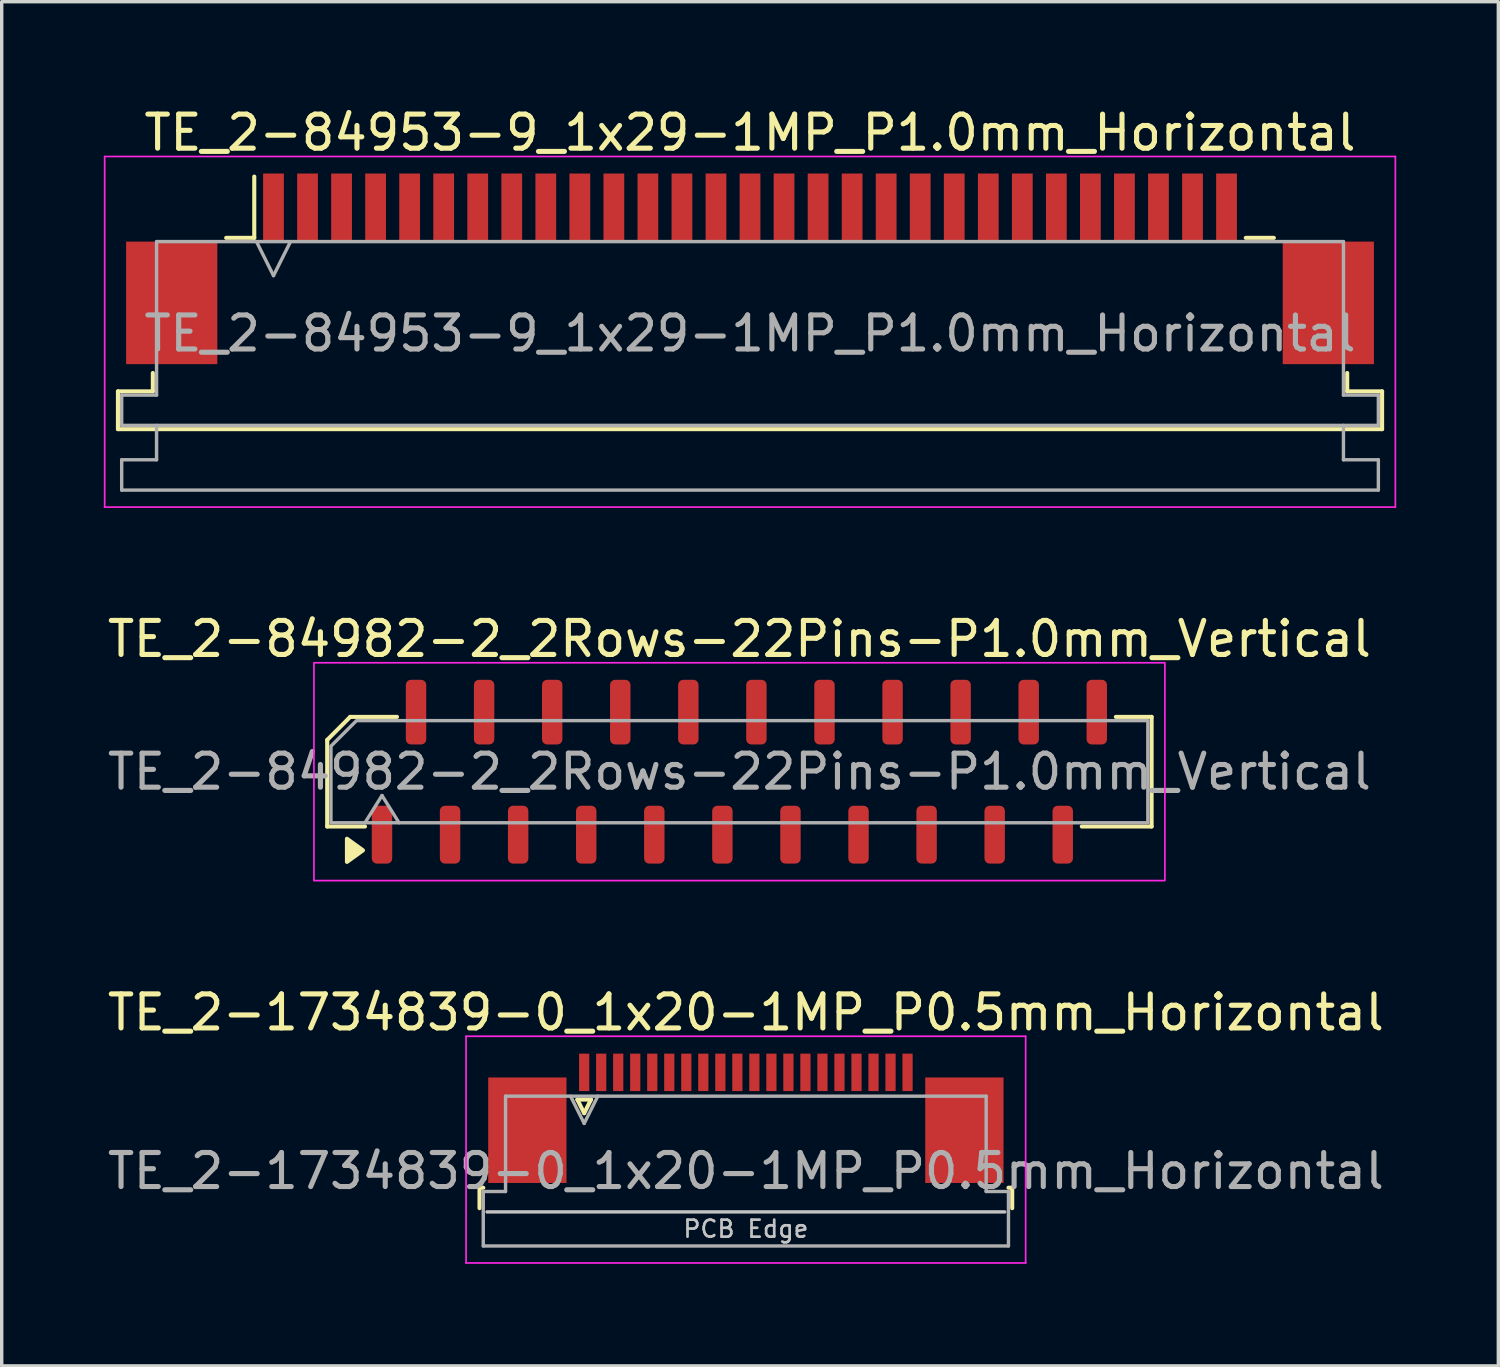
<source format=kicad_pcb>
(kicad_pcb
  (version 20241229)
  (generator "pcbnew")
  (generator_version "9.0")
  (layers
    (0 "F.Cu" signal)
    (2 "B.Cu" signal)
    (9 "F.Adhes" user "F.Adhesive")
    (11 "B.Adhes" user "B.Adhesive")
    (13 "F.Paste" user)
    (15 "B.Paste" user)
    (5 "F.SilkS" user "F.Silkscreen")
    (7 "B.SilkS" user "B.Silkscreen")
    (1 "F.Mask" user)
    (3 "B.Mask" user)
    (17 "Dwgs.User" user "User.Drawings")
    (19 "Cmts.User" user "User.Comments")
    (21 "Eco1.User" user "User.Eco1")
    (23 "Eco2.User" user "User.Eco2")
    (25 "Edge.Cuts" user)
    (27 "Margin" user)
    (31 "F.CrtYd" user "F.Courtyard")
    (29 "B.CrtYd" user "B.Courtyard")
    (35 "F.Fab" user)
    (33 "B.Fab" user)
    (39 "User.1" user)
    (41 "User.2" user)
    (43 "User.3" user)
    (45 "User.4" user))
  (footprint "TE_2-1734839-0_1x20-1MP_P0.5mm_Horizontal"
    (layer "F.Cu")
    (at 18.863 29.805)
    (property "Reference" "TE_2-1734839-0_1x20-1MP_P0.5mm_Horizontal" (at 0 -3.11 0) (layer "F.SilkS") (effects (font (size 1 1) (thickness 0.15))))
    (attr smd)
    (fp_line (start -7.825 2.04) (end -7.825 2.64) (stroke (width 0.12) (type solid)) (layer "F.SilkS"))
    (fp_line (start -7.715 2.04) (end -7.825 2.04) (stroke (width 0.12) (type solid)) (layer "F.SilkS"))
    (fp_line (start -4.95 -0.55) (end -4.75 -0.15) (stroke (width 0.12) (type solid)) (layer "F.SilkS"))
    (fp_line (start -4.75 -0.15) (end -4.55 -0.55) (stroke (width 0.12) (type solid)) (layer "F.SilkS"))
    (fp_line (start -4.55 -0.55) (end -4.95 -0.55) (stroke (width 0.12) (type solid)) (layer "F.SilkS"))
    (fp_line (start 7.715 2.04) (end 7.825 2.04) (stroke (width 0.12) (type solid)) (layer "F.SilkS"))
    (fp_line (start 7.825 2.04) (end 7.825 2.64) (stroke (width 0.12) (type solid)) (layer "F.SilkS"))
    (fp_line (start 7.605 2.75) (end -7.605 2.75) (stroke (width 0.1) (type solid)) (layer "Dwgs.User"))
    (fp_line (start -8.22 -2.41) (end -8.22 4.25) (stroke (width 0.05) (type solid)) (layer "F.CrtYd"))
    (fp_line (start -8.22 4.25) (end 8.22 4.25) (stroke (width 0.05) (type solid)) (layer "F.CrtYd"))
    (fp_line (start 8.22 -2.41) (end -8.22 -2.41) (stroke (width 0.05) (type solid)) (layer "F.CrtYd"))
    (fp_line (start 8.22 4.25) (end 8.22 -2.41) (stroke (width 0.05) (type solid)) (layer "F.CrtYd"))
    (fp_line (start -7.715 2.15) (end -7.06 2.15) (stroke (width 0.1) (type solid)) (layer "F.Fab"))
    (fp_line (start -7.715 3.75) (end -7.715 2.15) (stroke (width 0.1) (type solid)) (layer "F.Fab"))
    (fp_line (start -7.06 -0.65) (end 7.06 -0.65) (stroke (width 0.1) (type solid)) (layer "F.Fab"))
    (fp_line (start -7.06 2.15) (end -7.06 -0.65) (stroke (width 0.1) (type solid)) (layer "F.Fab"))
    (fp_line (start -5.15 -0.65) (end -4.75 0.15) (stroke (width 0.1) (type solid)) (layer "F.Fab"))
    (fp_line (start -4.75 0.15) (end -4.35 -0.65) (stroke (width 0.1) (type solid)) (layer "F.Fab"))
    (fp_line (start 7.06 -0.65) (end 7.06 2.15) (stroke (width 0.1) (type solid)) (layer "F.Fab"))
    (fp_line (start 7.06 2.15) (end 7.715 2.15) (stroke (width 0.1) (type solid)) (layer "F.Fab"))
    (fp_line (start 7.715 2.15) (end 7.715 3.75) (stroke (width 0.1) (type solid)) (layer "F.Fab"))
    (fp_line (start 7.715 3.75) (end -7.715 3.75) (stroke (width 0.1) (type solid)) (layer "F.Fab"))
    (fp_text user "PCB Edge" (at 0 3.25 0) (layer "Dwgs.User") (effects (font (size 0.5 0.5) (thickness 0.08))))
    (fp_text user "${REFERENCE}" (at 0 1.55 0) (layer "F.Fab") (effects (font (size 1 1) (thickness 0.15))))
    (pad "1" smd rect (at -4.75 -1.35) (size 0.3 1.1) (layers "F.Cu" "F.Mask" "F.Paste"))
    (pad "2" smd rect (at -4.25 -1.35) (size 0.3 1.1) (layers "F.Cu" "F.Mask" "F.Paste"))
    (pad "3" smd rect (at -3.75 -1.35) (size 0.3 1.1) (layers "F.Cu" "F.Mask" "F.Paste"))
    (pad "4" smd rect (at -3.25 -1.35) (size 0.3 1.1) (layers "F.Cu" "F.Mask" "F.Paste"))
    (pad "5" smd rect (at -2.75 -1.35) (size 0.3 1.1) (layers "F.Cu" "F.Mask" "F.Paste"))
    (pad "6" smd rect (at -2.25 -1.35) (size 0.3 1.1) (layers "F.Cu" "F.Mask" "F.Paste"))
    (pad "7" smd rect (at -1.75 -1.35) (size 0.3 1.1) (layers "F.Cu" "F.Mask" "F.Paste"))
    (pad "8" smd rect (at -1.25 -1.35) (size 0.3 1.1) (layers "F.Cu" "F.Mask" "F.Paste"))
    (pad "9" smd rect (at -0.75 -1.35) (size 0.3 1.1) (layers "F.Cu" "F.Mask" "F.Paste"))
    (pad "10" smd rect (at -0.25 -1.35) (size 0.3 1.1) (layers "F.Cu" "F.Mask" "F.Paste"))
    (pad "11" smd rect (at 0.25 -1.35) (size 0.3 1.1) (layers "F.Cu" "F.Mask" "F.Paste"))
    (pad "12" smd rect (at 0.75 -1.35) (size 0.3 1.1) (layers "F.Cu" "F.Mask" "F.Paste"))
    (pad "13" smd rect (at 1.25 -1.35) (size 0.3 1.1) (layers "F.Cu" "F.Mask" "F.Paste"))
    (pad "14" smd rect (at 1.75 -1.35) (size 0.3 1.1) (layers "F.Cu" "F.Mask" "F.Paste"))
    (pad "15" smd rect (at 2.25 -1.35) (size 0.3 1.1) (layers "F.Cu" "F.Mask" "F.Paste"))
    (pad "16" smd rect (at 2.75 -1.35) (size 0.3 1.1) (layers "F.Cu" "F.Mask" "F.Paste"))
    (pad "17" smd rect (at 3.25 -1.35) (size 0.3 1.1) (layers "F.Cu" "F.Mask" "F.Paste"))
    (pad "18" smd rect (at 3.75 -1.35) (size 0.3 1.1) (layers "F.Cu" "F.Mask" "F.Paste"))
    (pad "19" smd rect (at 4.25 -1.35) (size 0.3 1.1) (layers "F.Cu" "F.Mask" "F.Paste"))
    (pad "20" smd rect (at 4.75 -1.35) (size 0.3 1.1) (layers "F.Cu" "F.Mask" "F.Paste"))
    (pad "MP" smd rect (at -6.42 0.35) (size 2.3 3.1) (layers "F.Cu" "F.Mask" "F.Paste"))
    (pad "MP" smd rect (at 6.42 0.35) (size 2.3 3.1) (layers "F.Cu" "F.Mask" "F.Paste")))
  (footprint "TE_2-84982-2_2Rows-22Pins-P1.0mm_Vertical"
    (layer "F.Cu")
    (at 18.673 19.622)
    (property "Reference" "TE_2-84982-2_2Rows-22Pins-P1.0mm_Vertical" (at 0 -3.9 0) (layer "F.SilkS") (effects (font (size 1 1) (thickness 0.15))))
    (attr smd)
    (fp_line (start -12.11 -0.934) (end -12.11 1.61) (stroke (width 0.12) (type solid)) (layer "F.SilkS"))
    (fp_line (start -12.11 1.61) (end -11 1.61) (stroke (width 0.12) (type solid)) (layer "F.SilkS"))
    (fp_line (start -11.434 -1.61) (end -12.11 -0.934) (stroke (width 0.12) (type solid)) (layer "F.SilkS"))
    (fp_line (start -10.06 -1.61) (end -11.434 -1.61) (stroke (width 0.12) (type solid)) (layer "F.SilkS"))
    (fp_line (start 10.06 1.61) (end 12.11 1.61) (stroke (width 0.12) (type solid)) (layer "F.SilkS"))
    (fp_line (start 12.11 -1.61) (end 11.06 -1.61) (stroke (width 0.12) (type solid)) (layer "F.SilkS"))
    (fp_line (start 12.11 1.61) (end 12.11 -1.61) (stroke (width 0.12) (type solid)) (layer "F.SilkS"))
    (fp_poly (pts (xy -11.06 2.31) (xy -11.53 2.65) (xy -11.53 1.97)) (stroke (width 0.12) (type solid)) (fill yes) (layer "F.SilkS"))
    (fp_rect (start -12.5 -3.2) (end 12.5 3.2) (stroke (width 0.05) (type solid)) (fill no) (layer "F.CrtYd"))
    (fp_line (start -11 1.5) (end -10.5 0.7) (stroke (width 0.1) (type solid)) (layer "F.Fab"))
    (fp_line (start -10.5 0.7) (end -10 1.5) (stroke (width 0.1) (type solid)) (layer "F.Fab"))
    (fp_poly (pts (xy -12 -0.75) (xy -12 1.5) (xy 12 1.5) (xy 12 -1.5) (xy -11.25 -1.5)) (stroke (width 0.1) (type solid)) (fill no) (layer "F.Fab"))
    (fp_text user "${REFERENCE}" (at 0 0 0) (layer "F.Fab") (effects (font (size 1 1) (thickness 0.15))))
    (pad "1" smd roundrect (at -10.5 1.85) (size 0.6 1.7) (layers "F.Cu" "F.Mask" "F.Paste") (roundrect_rratio 0.25))
    (pad "2" smd roundrect (at -9.5 -1.75) (size 0.6 1.9) (layers "F.Cu" "F.Mask" "F.Paste") (roundrect_rratio 0.25))
    (pad "3" smd roundrect (at -8.5 1.85) (size 0.6 1.7) (layers "F.Cu" "F.Mask" "F.Paste") (roundrect_rratio 0.25))
    (pad "4" smd roundrect (at -7.5 -1.75) (size 0.6 1.9) (layers "F.Cu" "F.Mask" "F.Paste") (roundrect_rratio 0.25))
    (pad "5" smd roundrect (at -6.5 1.85) (size 0.6 1.7) (layers "F.Cu" "F.Mask" "F.Paste") (roundrect_rratio 0.25))
    (pad "6" smd roundrect (at -5.5 -1.75) (size 0.6 1.9) (layers "F.Cu" "F.Mask" "F.Paste") (roundrect_rratio 0.25))
    (pad "7" smd roundrect (at -4.5 1.85) (size 0.6 1.7) (layers "F.Cu" "F.Mask" "F.Paste") (roundrect_rratio 0.25))
    (pad "8" smd roundrect (at -3.5 -1.75) (size 0.6 1.9) (layers "F.Cu" "F.Mask" "F.Paste") (roundrect_rratio 0.25))
    (pad "9" smd roundrect (at -2.5 1.85) (size 0.6 1.7) (layers "F.Cu" "F.Mask" "F.Paste") (roundrect_rratio 0.25))
    (pad "10" smd roundrect (at -1.5 -1.75) (size 0.6 1.9) (layers "F.Cu" "F.Mask" "F.Paste") (roundrect_rratio 0.25))
    (pad "11" smd roundrect (at -0.5 1.85) (size 0.6 1.7) (layers "F.Cu" "F.Mask" "F.Paste") (roundrect_rratio 0.25))
    (pad "12" smd roundrect (at 0.5 -1.75) (size 0.6 1.9) (layers "F.Cu" "F.Mask" "F.Paste") (roundrect_rratio 0.25))
    (pad "13" smd roundrect (at 1.5 1.85) (size 0.6 1.7) (layers "F.Cu" "F.Mask" "F.Paste") (roundrect_rratio 0.25))
    (pad "14" smd roundrect (at 2.5 -1.75) (size 0.6 1.9) (layers "F.Cu" "F.Mask" "F.Paste") (roundrect_rratio 0.25))
    (pad "15" smd roundrect (at 3.5 1.85) (size 0.6 1.7) (layers "F.Cu" "F.Mask" "F.Paste") (roundrect_rratio 0.25))
    (pad "16" smd roundrect (at 4.5 -1.75) (size 0.6 1.9) (layers "F.Cu" "F.Mask" "F.Paste") (roundrect_rratio 0.25))
    (pad "17" smd roundrect (at 5.5 1.85) (size 0.6 1.7) (layers "F.Cu" "F.Mask" "F.Paste") (roundrect_rratio 0.25))
    (pad "18" smd roundrect (at 6.5 -1.75) (size 0.6 1.9) (layers "F.Cu" "F.Mask" "F.Paste") (roundrect_rratio 0.25))
    (pad "19" smd roundrect (at 7.5 1.85) (size 0.6 1.7) (layers "F.Cu" "F.Mask" "F.Paste") (roundrect_rratio 0.25))
    (pad "20" smd roundrect (at 8.5 -1.75) (size 0.6 1.9) (layers "F.Cu" "F.Mask" "F.Paste") (roundrect_rratio 0.25))
    (pad "21" smd roundrect (at 9.5 1.85) (size 0.6 1.7) (layers "F.Cu" "F.Mask" "F.Paste") (roundrect_rratio 0.25))
    (pad "22" smd roundrect (at 10.5 -1.75) (size 0.6 1.9) (layers "F.Cu" "F.Mask" "F.Paste") (roundrect_rratio 0.25)))
  (footprint "TE_2-84953-9_1x29-1MP_P1.0mm_Horizontal"
    (layer "F.Cu")
    (at 18.985 4.848)
    (property "Reference" "TE_2-84953-9_1x29-1MP_P1.0mm_Horizontal" (at 0 -4 0) (layer "F.SilkS") (effects (font (size 1 1) (thickness 0.15))))
    (attr smd)
    (fp_line (start -18.57 3.6) (end -17.545 3.6) (stroke (width 0.12) (type solid)) (layer "F.SilkS"))
    (fp_line (start -18.57 4.71) (end -18.57 3.6) (stroke (width 0.12) (type solid)) (layer "F.SilkS"))
    (fp_line (start -17.545 3.6) (end -17.545 3.06) (stroke (width 0.12) (type solid)) (layer "F.SilkS"))
    (fp_line (start -15.39 -0.91) (end -14.565 -0.91) (stroke (width 0.12) (type solid)) (layer "F.SilkS"))
    (fp_line (start -14.565 -0.91) (end -14.565 -2.71) (stroke (width 0.12) (type solid)) (layer "F.SilkS"))
    (fp_line (start 14.565 -0.91) (end 15.39 -0.91) (stroke (width 0.12) (type solid)) (layer "F.SilkS"))
    (fp_line (start 17.545 3.06) (end 17.545 3.6) (stroke (width 0.12) (type solid)) (layer "F.SilkS"))
    (fp_line (start 17.545 3.6) (end 18.57 3.6) (stroke (width 0.12) (type solid)) (layer "F.SilkS"))
    (fp_line (start 18.57 3.6) (end 18.57 4.71) (stroke (width 0.12) (type solid)) (layer "F.SilkS"))
    (fp_line (start 18.57 4.71) (end -18.57 4.71) (stroke (width 0.12) (type solid)) (layer "F.SilkS"))
    (fp_line (start -18.96 -3.3) (end -18.96 7) (stroke (width 0.05) (type solid)) (layer "F.CrtYd"))
    (fp_line (start -18.96 7) (end 18.96 7) (stroke (width 0.05) (type solid)) (layer "F.CrtYd"))
    (fp_line (start 18.96 -3.3) (end -18.96 -3.3) (stroke (width 0.05) (type solid)) (layer "F.CrtYd"))
    (fp_line (start 18.96 7) (end 18.96 -3.3) (stroke (width 0.05) (type solid)) (layer "F.CrtYd"))
    (fp_line (start -18.46 3.71) (end -17.435 3.71) (stroke (width 0.1) (type solid)) (layer "F.Fab"))
    (fp_line (start -18.46 4.6) (end -18.46 3.71) (stroke (width 0.1) (type solid)) (layer "F.Fab"))
    (fp_line (start -18.46 5.61) (end -17.435 5.61) (stroke (width 0.1) (type solid)) (layer "F.Fab"))
    (fp_line (start -18.46 6.5) (end -18.46 5.61) (stroke (width 0.1) (type solid)) (layer "F.Fab"))
    (fp_line (start -17.435 -0.8) (end 17.435 -0.8) (stroke (width 0.1) (type solid)) (layer "F.Fab"))
    (fp_line (start -17.435 3.71) (end -17.435 -0.8) (stroke (width 0.1) (type solid)) (layer "F.Fab"))
    (fp_line (start -17.435 5.61) (end -17.435 4.6) (stroke (width 0.1) (type solid)) (layer "F.Fab"))
    (fp_line (start -14.5 -0.8) (end -14 0.2) (stroke (width 0.1) (type solid)) (layer "F.Fab"))
    (fp_line (start -14 0.2) (end -13.5 -0.8) (stroke (width 0.1) (type solid)) (layer "F.Fab"))
    (fp_line (start 17.435 -0.8) (end 17.435 3.71) (stroke (width 0.1) (type solid)) (layer "F.Fab"))
    (fp_line (start 17.435 3.71) (end 18.46 3.71) (stroke (width 0.1) (type solid)) (layer "F.Fab"))
    (fp_line (start 17.435 4.6) (end 17.435 5.61) (stroke (width 0.1) (type solid)) (layer "F.Fab"))
    (fp_line (start 17.435 5.61) (end 18.46 5.61) (stroke (width 0.1) (type solid)) (layer "F.Fab"))
    (fp_line (start 18.46 3.71) (end 18.46 4.6) (stroke (width 0.1) (type solid)) (layer "F.Fab"))
    (fp_line (start 18.46 4.6) (end -18.46 4.6) (stroke (width 0.1) (type solid)) (layer "F.Fab"))
    (fp_line (start 18.46 5.61) (end 18.46 6.5) (stroke (width 0.1) (type solid)) (layer "F.Fab"))
    (fp_line (start 18.46 6.5) (end -18.46 6.5) (stroke (width 0.1) (type solid)) (layer "F.Fab"))
    (fp_text user "${REFERENCE}" (at 0 1.9 0) (layer "F.Fab") (effects (font (size 1 1) (thickness 0.15))))
    (pad "1" smd rect (at -14 -1.8) (size 0.61 2) (layers "F.Cu" "F.Mask" "F.Paste"))
    (pad "2" smd rect (at -13 -1.8) (size 0.61 2) (layers "F.Cu" "F.Mask" "F.Paste"))
    (pad "3" smd rect (at -12 -1.8) (size 0.61 2) (layers "F.Cu" "F.Mask" "F.Paste"))
    (pad "4" smd rect (at -11 -1.8) (size 0.61 2) (layers "F.Cu" "F.Mask" "F.Paste"))
    (pad "5" smd rect (at -10 -1.8) (size 0.61 2) (layers "F.Cu" "F.Mask" "F.Paste"))
    (pad "6" smd rect (at -9 -1.8) (size 0.61 2) (layers "F.Cu" "F.Mask" "F.Paste"))
    (pad "7" smd rect (at -8 -1.8) (size 0.61 2) (layers "F.Cu" "F.Mask" "F.Paste"))
    (pad "8" smd rect (at -7 -1.8) (size 0.61 2) (layers "F.Cu" "F.Mask" "F.Paste"))
    (pad "9" smd rect (at -6 -1.8) (size 0.61 2) (layers "F.Cu" "F.Mask" "F.Paste"))
    (pad "10" smd rect (at -5 -1.8) (size 0.61 2) (layers "F.Cu" "F.Mask" "F.Paste"))
    (pad "11" smd rect (at -4 -1.8) (size 0.61 2) (layers "F.Cu" "F.Mask" "F.Paste"))
    (pad "12" smd rect (at -3 -1.8) (size 0.61 2) (layers "F.Cu" "F.Mask" "F.Paste"))
    (pad "13" smd rect (at -2 -1.8) (size 0.61 2) (layers "F.Cu" "F.Mask" "F.Paste"))
    (pad "14" smd rect (at -1 -1.8) (size 0.61 2) (layers "F.Cu" "F.Mask" "F.Paste"))
    (pad "15" smd rect (at 0 -1.8) (size 0.61 2) (layers "F.Cu" "F.Mask" "F.Paste"))
    (pad "16" smd rect (at 1 -1.8) (size 0.61 2) (layers "F.Cu" "F.Mask" "F.Paste"))
    (pad "17" smd rect (at 2 -1.8) (size 0.61 2) (layers "F.Cu" "F.Mask" "F.Paste"))
    (pad "18" smd rect (at 3 -1.8) (size 0.61 2) (layers "F.Cu" "F.Mask" "F.Paste"))
    (pad "19" smd rect (at 4 -1.8) (size 0.61 2) (layers "F.Cu" "F.Mask" "F.Paste"))
    (pad "20" smd rect (at 5 -1.8) (size 0.61 2) (layers "F.Cu" "F.Mask" "F.Paste"))
    (pad "21" smd rect (at 6 -1.8) (size 0.61 2) (layers "F.Cu" "F.Mask" "F.Paste"))
    (pad "22" smd rect (at 7 -1.8) (size 0.61 2) (layers "F.Cu" "F.Mask" "F.Paste"))
    (pad "23" smd rect (at 8 -1.8) (size 0.61 2) (layers "F.Cu" "F.Mask" "F.Paste"))
    (pad "24" smd rect (at 9 -1.8) (size 0.61 2) (layers "F.Cu" "F.Mask" "F.Paste"))
    (pad "25" smd rect (at 10 -1.8) (size 0.61 2) (layers "F.Cu" "F.Mask" "F.Paste"))
    (pad "26" smd rect (at 11 -1.8) (size 0.61 2) (layers "F.Cu" "F.Mask" "F.Paste"))
    (pad "27" smd rect (at 12 -1.8) (size 0.61 2) (layers "F.Cu" "F.Mask" "F.Paste"))
    (pad "28" smd rect (at 13 -1.8) (size 0.61 2) (layers "F.Cu" "F.Mask" "F.Paste"))
    (pad "29" smd rect (at 14 -1.8) (size 0.61 2) (layers "F.Cu" "F.Mask" "F.Paste"))
    (pad "MP" smd rect (at -16.99 1) (size 2.68 3.6) (layers "F.Cu" "F.Mask" "F.Paste"))
    (pad "MP" smd rect (at 16.99 1) (size 2.68 3.6) (layers "F.Cu" "F.Mask" "F.Paste")))
  (gr_rect
    (start -3 -3)
    (end 40.97 37.08)
    (stroke (width 0.1) (type default))
    (fill no)
    (layer "Edge.Cuts")))
</source>
